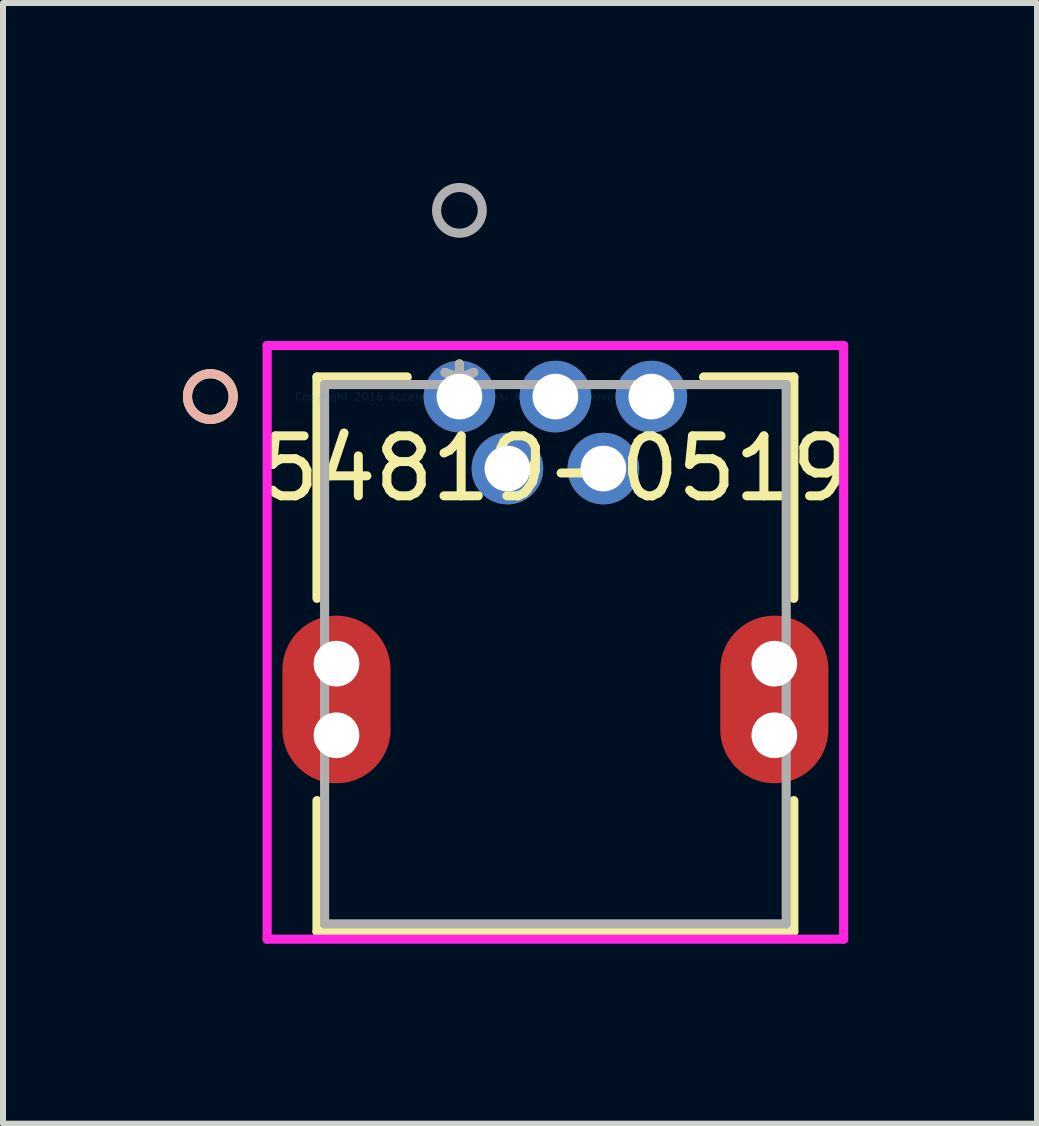
<source format=kicad_pcb>
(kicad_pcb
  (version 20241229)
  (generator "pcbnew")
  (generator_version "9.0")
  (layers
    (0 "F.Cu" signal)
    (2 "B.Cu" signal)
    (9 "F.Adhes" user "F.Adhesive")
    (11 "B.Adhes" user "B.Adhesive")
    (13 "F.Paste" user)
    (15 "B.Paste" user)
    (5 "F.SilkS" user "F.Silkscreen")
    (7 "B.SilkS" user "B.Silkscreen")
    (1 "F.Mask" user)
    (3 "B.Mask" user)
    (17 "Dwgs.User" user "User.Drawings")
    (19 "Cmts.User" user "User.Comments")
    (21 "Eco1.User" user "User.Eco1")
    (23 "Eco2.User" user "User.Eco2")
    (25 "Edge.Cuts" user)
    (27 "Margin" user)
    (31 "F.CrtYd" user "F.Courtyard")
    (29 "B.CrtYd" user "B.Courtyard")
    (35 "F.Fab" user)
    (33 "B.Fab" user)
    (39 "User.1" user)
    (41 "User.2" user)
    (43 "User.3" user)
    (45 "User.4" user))
  (footprint "54819-0519"
    (layer "F.Cu")
    (at 4.61 3.562)
    (property "Reference" "54819-0519" (at 1.6 1.2 0) (layer "F.SilkS") (effects (font (size 1 1) (thickness 0.15))))
    (attr through_hole)
    (fp_line (start -2.375 -0.327) (end -2.375 3.364) (stroke (width 0.152) (type solid)) (layer "F.SilkS"))
    (fp_line (start -2.375 6.736) (end -2.375 8.919) (stroke (width 0.152) (type solid)) (layer "F.SilkS"))
    (fp_line (start -2.375 8.919) (end 5.575 8.919) (stroke (width 0.152) (type solid)) (layer "F.SilkS"))
    (fp_line (start -0.87 -0.327) (end -2.375 -0.327) (stroke (width 0.152) (type solid)) (layer "F.SilkS"))
    (fp_line (start 5.575 -0.327) (end 4.07 -0.327) (stroke (width 0.152) (type solid)) (layer "F.SilkS"))
    (fp_line (start 5.575 3.364) (end 5.575 -0.327) (stroke (width 0.152) (type solid)) (layer "F.SilkS"))
    (fp_line (start 5.575 8.919) (end 5.575 6.736) (stroke (width 0.152) (type solid)) (layer "F.SilkS"))
    (fp_circle (center -4.153 0) (end -3.772 0) (stroke (width 0.152) (type solid)) (fill no) (layer "F.SilkS"))
    (fp_circle (center -4.153 0) (end -3.772 0) (stroke (width 0.152) (type solid)) (fill no) (layer "B.SilkS"))
    (fp_line (start -3.206 -0.851) (end -3.206 9.046) (stroke (width 0.152) (type solid)) (layer "F.CrtYd"))
    (fp_line (start -3.206 9.046) (end 6.406 9.046) (stroke (width 0.152) (type solid)) (layer "F.CrtYd"))
    (fp_line (start 6.406 -0.851) (end -3.206 -0.851) (stroke (width 0.152) (type solid)) (layer "F.CrtYd"))
    (fp_line (start 6.406 9.046) (end 6.406 -0.851) (stroke (width 0.152) (type solid)) (layer "F.CrtYd"))
    (fp_line (start -2.248 -0.2) (end -2.248 8.792) (stroke (width 0.152) (type solid)) (layer "F.Fab"))
    (fp_line (start -2.248 8.792) (end 5.448 8.792) (stroke (width 0.152) (type solid)) (layer "F.Fab"))
    (fp_line (start 5.448 -0.2) (end -2.248 -0.2) (stroke (width 0.152) (type solid)) (layer "F.Fab"))
    (fp_line (start 5.448 8.792) (end 5.448 -0.2) (stroke (width 0.152) (type solid)) (layer "F.Fab"))
    (fp_circle (center 0 -3.105) (end 0.381 -3.105) (stroke (width 0.152) (type solid)) (fill no) (layer "F.Fab"))
    (fp_text user "*" (at 0 0 0) (layer "F.SilkS") (effects (font (size 1 1) (thickness 0.15))))
    (fp_text user "Copyright 2016 Accelerated Designs. All rights reserved." (at 0 0 0) (layer "Cmts.User") (effects (font (size 0.127 0.127) (thickness 0.002))))
    (fp_text user "*" (at 0 0 0) (layer "F.Fab") (effects (font (size 1 1) (thickness 0.15))))
    (pad "" np_thru_hole circle (at -2.05 4.453) (size 0.762 0.762) (drill 0.762) (layers "*.Cu" "*.Mask"))
    (pad "" np_thru_hole circle (at -2.05 5.647) (size 0.762 0.762) (drill 0.762) (layers "*.Cu" "*.Mask"))
    (pad "" np_thru_hole circle (at 5.25 4.453) (size 0.762 0.762) (drill 0.762) (layers "*.Cu" "*.Mask"))
    (pad "" np_thru_hole circle (at 5.25 5.647) (size 0.762 0.762) (drill 0.762) (layers "*.Cu" "*.Mask"))
    (pad "1" thru_hole circle (at 0 0) (size 1.194 1.194) (drill 0.762) (layers "*.Cu" "*.Mask"))
    (pad "2" thru_hole circle (at 0.8 1.2) (size 1.194 1.194) (drill 0.762) (layers "*.Cu" "*.Mask"))
    (pad "3" thru_hole circle (at 1.6 0) (size 1.194 1.194) (drill 0.762) (layers "*.Cu" "*.Mask"))
    (pad "4" thru_hole circle (at 2.4 1.2) (size 1.194 1.194) (drill 0.762) (layers "*.Cu" "*.Mask"))
    (pad "5" thru_hole circle (at 3.2 0) (size 1.194 1.194) (drill 0.762) (layers "*.Cu" "*.Mask"))
    (pad "6" smd oval (at -2.05 5.05) (size 1.803 2.794) (layers "F.Cu" "F.Mask" "F.Paste"))
    (pad "6" smd oval (at 5.25 5.05) (size 1.803 2.794) (layers "F.Cu" "F.Mask" "F.Paste")))
  (gr_rect
    (start -3 -3)
    (end 14.24 15.684)
    (stroke (width 0.1) (type default))
    (fill no)
    (layer "Edge.Cuts")))
</source>
